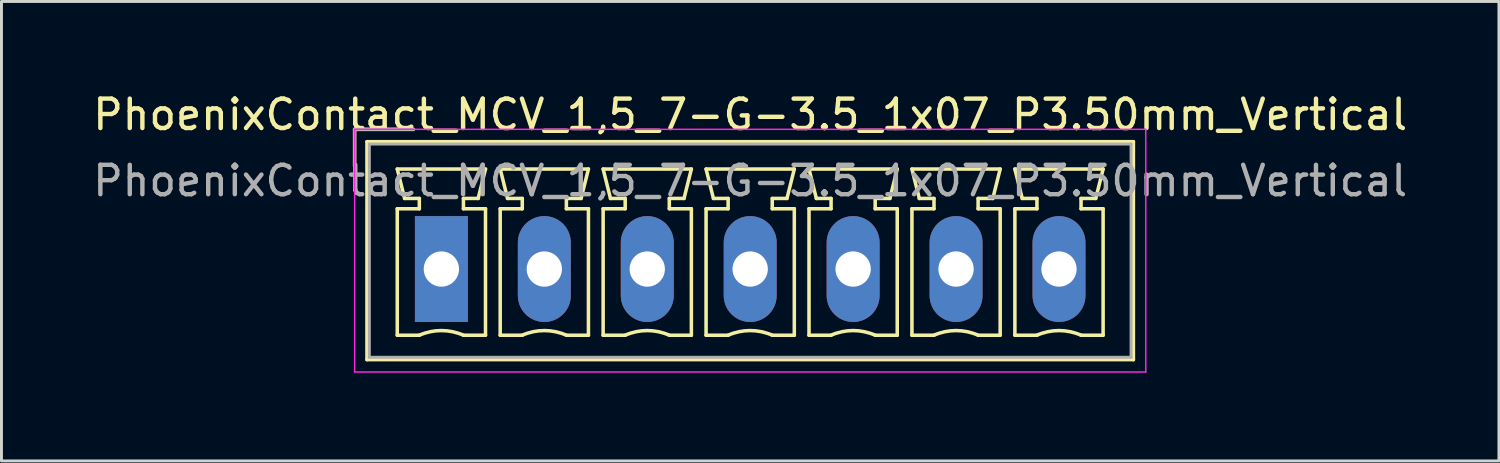
<source format=kicad_pcb>
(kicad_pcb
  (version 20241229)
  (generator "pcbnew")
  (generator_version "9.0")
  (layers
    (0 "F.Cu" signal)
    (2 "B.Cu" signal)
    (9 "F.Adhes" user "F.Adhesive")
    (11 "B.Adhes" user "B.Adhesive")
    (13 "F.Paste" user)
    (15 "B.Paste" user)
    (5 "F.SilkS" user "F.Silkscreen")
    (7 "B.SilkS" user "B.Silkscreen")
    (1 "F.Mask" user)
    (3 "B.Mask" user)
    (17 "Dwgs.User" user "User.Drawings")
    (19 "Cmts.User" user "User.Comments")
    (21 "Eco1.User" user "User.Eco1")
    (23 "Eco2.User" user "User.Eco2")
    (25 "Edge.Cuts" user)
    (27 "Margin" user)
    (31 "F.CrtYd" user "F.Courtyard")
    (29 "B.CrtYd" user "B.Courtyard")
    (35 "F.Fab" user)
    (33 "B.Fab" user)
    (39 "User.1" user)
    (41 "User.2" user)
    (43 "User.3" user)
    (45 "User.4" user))
  (footprint "PhoenixContact_MCV_1,5_7-G-3.5_1x07_P3.50mm_Vertical"
    (layer "F.Cu")
    (at 11.958 6.098)
    (property "Reference" "PhoenixContact_MCV_1,5_7-G-3.5_1x07_P3.50mm_Vertical" (at 10.5 -5.25 0) (layer "F.SilkS") (effects (font (size 1 1) (thickness 0.15))))
    (attr through_hole)
    (fp_line (start -2.95 -4.75) (end -0.95 -4.75) (stroke (width 0.12) (type solid)) (layer "F.SilkS"))
    (fp_line (start -2.95 -3.5) (end -2.95 -4.75) (stroke (width 0.12) (type solid)) (layer "F.SilkS"))
    (fp_line (start -2.53 -4.33) (end -2.53 3.08) (stroke (width 0.12) (type solid)) (layer "F.SilkS"))
    (fp_line (start -2.53 3.08) (end 23.53 3.08) (stroke (width 0.12) (type solid)) (layer "F.SilkS"))
    (fp_line (start -1.5 -3.4) (end 1.5 -3.4) (stroke (width 0.12) (type solid)) (layer "F.SilkS"))
    (fp_line (start -1.5 -2.05) (end -0.75 -2.05) (stroke (width 0.12) (type solid)) (layer "F.SilkS"))
    (fp_line (start -1.5 2.25) (end -1.5 -2.05) (stroke (width 0.12) (type solid)) (layer "F.SilkS"))
    (fp_line (start -1.25 -2.4) (end -1.5 -3.4) (stroke (width 0.12) (type solid)) (layer "F.SilkS"))
    (fp_line (start -0.75 -2.4) (end -1.25 -2.4) (stroke (width 0.12) (type solid)) (layer "F.SilkS"))
    (fp_line (start -0.75 -2.05) (end -0.75 -2.4) (stroke (width 0.12) (type solid)) (layer "F.SilkS"))
    (fp_line (start -0.75 2.25) (end -1.5 2.25) (stroke (width 0.12) (type solid)) (layer "F.SilkS"))
    (fp_line (start 0.75 -2.4) (end 0.75 -2.05) (stroke (width 0.12) (type solid)) (layer "F.SilkS"))
    (fp_line (start 0.75 -2.05) (end 1.5 -2.05) (stroke (width 0.12) (type solid)) (layer "F.SilkS"))
    (fp_line (start 1.25 -2.4) (end 0.75 -2.4) (stroke (width 0.12) (type solid)) (layer "F.SilkS"))
    (fp_line (start 1.5 -3.4) (end 1.25 -2.4) (stroke (width 0.12) (type solid)) (layer "F.SilkS"))
    (fp_line (start 1.5 -2.05) (end 1.5 2.25) (stroke (width 0.12) (type solid)) (layer "F.SilkS"))
    (fp_line (start 1.5 2.25) (end 0.75 2.25) (stroke (width 0.12) (type solid)) (layer "F.SilkS"))
    (fp_line (start 2 -3.4) (end 5 -3.4) (stroke (width 0.12) (type solid)) (layer "F.SilkS"))
    (fp_line (start 2 -2.05) (end 2.75 -2.05) (stroke (width 0.12) (type solid)) (layer "F.SilkS"))
    (fp_line (start 2 2.25) (end 2 -2.05) (stroke (width 0.12) (type solid)) (layer "F.SilkS"))
    (fp_line (start 2.25 -2.4) (end 2 -3.4) (stroke (width 0.12) (type solid)) (layer "F.SilkS"))
    (fp_line (start 2.75 -2.4) (end 2.25 -2.4) (stroke (width 0.12) (type solid)) (layer "F.SilkS"))
    (fp_line (start 2.75 -2.05) (end 2.75 -2.4) (stroke (width 0.12) (type solid)) (layer "F.SilkS"))
    (fp_line (start 2.75 2.25) (end 2 2.25) (stroke (width 0.12) (type solid)) (layer "F.SilkS"))
    (fp_line (start 4.25 -2.4) (end 4.25 -2.05) (stroke (width 0.12) (type solid)) (layer "F.SilkS"))
    (fp_line (start 4.25 -2.05) (end 5 -2.05) (stroke (width 0.12) (type solid)) (layer "F.SilkS"))
    (fp_line (start 4.75 -2.4) (end 4.25 -2.4) (stroke (width 0.12) (type solid)) (layer "F.SilkS"))
    (fp_line (start 5 -3.4) (end 4.75 -2.4) (stroke (width 0.12) (type solid)) (layer "F.SilkS"))
    (fp_line (start 5 -2.05) (end 5 2.25) (stroke (width 0.12) (type solid)) (layer "F.SilkS"))
    (fp_line (start 5 2.25) (end 4.25 2.25) (stroke (width 0.12) (type solid)) (layer "F.SilkS"))
    (fp_line (start 5.5 -3.4) (end 8.5 -3.4) (stroke (width 0.12) (type solid)) (layer "F.SilkS"))
    (fp_line (start 5.5 -2.05) (end 6.25 -2.05) (stroke (width 0.12) (type solid)) (layer "F.SilkS"))
    (fp_line (start 5.5 2.25) (end 5.5 -2.05) (stroke (width 0.12) (type solid)) (layer "F.SilkS"))
    (fp_line (start 5.75 -2.4) (end 5.5 -3.4) (stroke (width 0.12) (type solid)) (layer "F.SilkS"))
    (fp_line (start 6.25 -2.4) (end 5.75 -2.4) (stroke (width 0.12) (type solid)) (layer "F.SilkS"))
    (fp_line (start 6.25 -2.05) (end 6.25 -2.4) (stroke (width 0.12) (type solid)) (layer "F.SilkS"))
    (fp_line (start 6.25 2.25) (end 5.5 2.25) (stroke (width 0.12) (type solid)) (layer "F.SilkS"))
    (fp_line (start 7.75 -2.4) (end 7.75 -2.05) (stroke (width 0.12) (type solid)) (layer "F.SilkS"))
    (fp_line (start 7.75 -2.05) (end 8.5 -2.05) (stroke (width 0.12) (type solid)) (layer "F.SilkS"))
    (fp_line (start 8.25 -2.4) (end 7.75 -2.4) (stroke (width 0.12) (type solid)) (layer "F.SilkS"))
    (fp_line (start 8.5 -3.4) (end 8.25 -2.4) (stroke (width 0.12) (type solid)) (layer "F.SilkS"))
    (fp_line (start 8.5 -2.05) (end 8.5 2.25) (stroke (width 0.12) (type solid)) (layer "F.SilkS"))
    (fp_line (start 8.5 2.25) (end 7.75 2.25) (stroke (width 0.12) (type solid)) (layer "F.SilkS"))
    (fp_line (start 9 -3.4) (end 12 -3.4) (stroke (width 0.12) (type solid)) (layer "F.SilkS"))
    (fp_line (start 9 -2.05) (end 9.75 -2.05) (stroke (width 0.12) (type solid)) (layer "F.SilkS"))
    (fp_line (start 9 2.25) (end 9 -2.05) (stroke (width 0.12) (type solid)) (layer "F.SilkS"))
    (fp_line (start 9.25 -2.4) (end 9 -3.4) (stroke (width 0.12) (type solid)) (layer "F.SilkS"))
    (fp_line (start 9.75 -2.4) (end 9.25 -2.4) (stroke (width 0.12) (type solid)) (layer "F.SilkS"))
    (fp_line (start 9.75 -2.05) (end 9.75 -2.4) (stroke (width 0.12) (type solid)) (layer "F.SilkS"))
    (fp_line (start 9.75 2.25) (end 9 2.25) (stroke (width 0.12) (type solid)) (layer "F.SilkS"))
    (fp_line (start 11.25 -2.4) (end 11.25 -2.05) (stroke (width 0.12) (type solid)) (layer "F.SilkS"))
    (fp_line (start 11.25 -2.05) (end 12 -2.05) (stroke (width 0.12) (type solid)) (layer "F.SilkS"))
    (fp_line (start 11.75 -2.4) (end 11.25 -2.4) (stroke (width 0.12) (type solid)) (layer "F.SilkS"))
    (fp_line (start 12 -3.4) (end 11.75 -2.4) (stroke (width 0.12) (type solid)) (layer "F.SilkS"))
    (fp_line (start 12 -2.05) (end 12 2.25) (stroke (width 0.12) (type solid)) (layer "F.SilkS"))
    (fp_line (start 12 2.25) (end 11.25 2.25) (stroke (width 0.12) (type solid)) (layer "F.SilkS"))
    (fp_line (start 12.5 -3.4) (end 15.5 -3.4) (stroke (width 0.12) (type solid)) (layer "F.SilkS"))
    (fp_line (start 12.5 -2.05) (end 13.25 -2.05) (stroke (width 0.12) (type solid)) (layer "F.SilkS"))
    (fp_line (start 12.5 2.25) (end 12.5 -2.05) (stroke (width 0.12) (type solid)) (layer "F.SilkS"))
    (fp_line (start 12.75 -2.4) (end 12.5 -3.4) (stroke (width 0.12) (type solid)) (layer "F.SilkS"))
    (fp_line (start 13.25 -2.4) (end 12.75 -2.4) (stroke (width 0.12) (type solid)) (layer "F.SilkS"))
    (fp_line (start 13.25 -2.05) (end 13.25 -2.4) (stroke (width 0.12) (type solid)) (layer "F.SilkS"))
    (fp_line (start 13.25 2.25) (end 12.5 2.25) (stroke (width 0.12) (type solid)) (layer "F.SilkS"))
    (fp_line (start 14.75 -2.4) (end 14.75 -2.05) (stroke (width 0.12) (type solid)) (layer "F.SilkS"))
    (fp_line (start 14.75 -2.05) (end 15.5 -2.05) (stroke (width 0.12) (type solid)) (layer "F.SilkS"))
    (fp_line (start 15.25 -2.4) (end 14.75 -2.4) (stroke (width 0.12) (type solid)) (layer "F.SilkS"))
    (fp_line (start 15.5 -3.4) (end 15.25 -2.4) (stroke (width 0.12) (type solid)) (layer "F.SilkS"))
    (fp_line (start 15.5 -2.05) (end 15.5 2.25) (stroke (width 0.12) (type solid)) (layer "F.SilkS"))
    (fp_line (start 15.5 2.25) (end 14.75 2.25) (stroke (width 0.12) (type solid)) (layer "F.SilkS"))
    (fp_line (start 16 -3.4) (end 19 -3.4) (stroke (width 0.12) (type solid)) (layer "F.SilkS"))
    (fp_line (start 16 -2.05) (end 16.75 -2.05) (stroke (width 0.12) (type solid)) (layer "F.SilkS"))
    (fp_line (start 16 2.25) (end 16 -2.05) (stroke (width 0.12) (type solid)) (layer "F.SilkS"))
    (fp_line (start 16.25 -2.4) (end 16 -3.4) (stroke (width 0.12) (type solid)) (layer "F.SilkS"))
    (fp_line (start 16.75 -2.4) (end 16.25 -2.4) (stroke (width 0.12) (type solid)) (layer "F.SilkS"))
    (fp_line (start 16.75 -2.05) (end 16.75 -2.4) (stroke (width 0.12) (type solid)) (layer "F.SilkS"))
    (fp_line (start 16.75 2.25) (end 16 2.25) (stroke (width 0.12) (type solid)) (layer "F.SilkS"))
    (fp_line (start 18.25 -2.4) (end 18.25 -2.05) (stroke (width 0.12) (type solid)) (layer "F.SilkS"))
    (fp_line (start 18.25 -2.05) (end 19 -2.05) (stroke (width 0.12) (type solid)) (layer "F.SilkS"))
    (fp_line (start 18.75 -2.4) (end 18.25 -2.4) (stroke (width 0.12) (type solid)) (layer "F.SilkS"))
    (fp_line (start 19 -3.4) (end 18.75 -2.4) (stroke (width 0.12) (type solid)) (layer "F.SilkS"))
    (fp_line (start 19 -2.05) (end 19 2.25) (stroke (width 0.12) (type solid)) (layer "F.SilkS"))
    (fp_line (start 19 2.25) (end 18.25 2.25) (stroke (width 0.12) (type solid)) (layer "F.SilkS"))
    (fp_line (start 19.5 -3.4) (end 22.5 -3.4) (stroke (width 0.12) (type solid)) (layer "F.SilkS"))
    (fp_line (start 19.5 -2.05) (end 20.25 -2.05) (stroke (width 0.12) (type solid)) (layer "F.SilkS"))
    (fp_line (start 19.5 2.25) (end 19.5 -2.05) (stroke (width 0.12) (type solid)) (layer "F.SilkS"))
    (fp_line (start 19.75 -2.4) (end 19.5 -3.4) (stroke (width 0.12) (type solid)) (layer "F.SilkS"))
    (fp_line (start 20.25 -2.4) (end 19.75 -2.4) (stroke (width 0.12) (type solid)) (layer "F.SilkS"))
    (fp_line (start 20.25 -2.05) (end 20.25 -2.4) (stroke (width 0.12) (type solid)) (layer "F.SilkS"))
    (fp_line (start 20.25 2.25) (end 19.5 2.25) (stroke (width 0.12) (type solid)) (layer "F.SilkS"))
    (fp_line (start 21.75 -2.4) (end 21.75 -2.05) (stroke (width 0.12) (type solid)) (layer "F.SilkS"))
    (fp_line (start 21.75 -2.05) (end 22.5 -2.05) (stroke (width 0.12) (type solid)) (layer "F.SilkS"))
    (fp_line (start 22.25 -2.4) (end 21.75 -2.4) (stroke (width 0.12) (type solid)) (layer "F.SilkS"))
    (fp_line (start 22.5 -3.4) (end 22.25 -2.4) (stroke (width 0.12) (type solid)) (layer "F.SilkS"))
    (fp_line (start 22.5 -2.05) (end 22.5 2.25) (stroke (width 0.12) (type solid)) (layer "F.SilkS"))
    (fp_line (start 22.5 2.25) (end 21.75 2.25) (stroke (width 0.12) (type solid)) (layer "F.SilkS"))
    (fp_line (start 23.53 -4.33) (end -2.53 -4.33) (stroke (width 0.12) (type solid)) (layer "F.SilkS"))
    (fp_line (start 23.53 3.08) (end 23.53 -4.33) (stroke (width 0.12) (type solid)) (layer "F.SilkS"))
    (fp_arc (start -0.75 2.25) (mid -0.000193 2.09191) (end 0.749647 2.249844) (stroke (width 0.12) (type solid)) (layer "F.SilkS"))
    (fp_arc (start 2.75 2.25) (mid 3.499807 2.09191) (end 4.249647 2.249844) (stroke (width 0.12) (type solid)) (layer "F.SilkS"))
    (fp_arc (start 6.25 2.25) (mid 6.999807 2.09191) (end 7.749647 2.249844) (stroke (width 0.12) (type solid)) (layer "F.SilkS"))
    (fp_arc (start 9.75 2.25) (mid 10.499807 2.09191) (end 11.249647 2.249844) (stroke (width 0.12) (type solid)) (layer "F.SilkS"))
    (fp_arc (start 13.25 2.25) (mid 13.999807 2.09191) (end 14.749647 2.249844) (stroke (width 0.12) (type solid)) (layer "F.SilkS"))
    (fp_arc (start 16.75 2.25) (mid 17.499807 2.09191) (end 18.249647 2.249844) (stroke (width 0.12) (type solid)) (layer "F.SilkS"))
    (fp_arc (start 20.25 2.25) (mid 20.999807 2.09191) (end 21.749647 2.249844) (stroke (width 0.12) (type solid)) (layer "F.SilkS"))
    (fp_line (start -2.95 -4.75) (end -2.95 3.5) (stroke (width 0.05) (type solid)) (layer "F.CrtYd"))
    (fp_line (start -2.95 3.5) (end 23.95 3.5) (stroke (width 0.05) (type solid)) (layer "F.CrtYd"))
    (fp_line (start 23.95 -4.75) (end -2.95 -4.75) (stroke (width 0.05) (type solid)) (layer "F.CrtYd"))
    (fp_line (start 23.95 3.5) (end 23.95 -4.75) (stroke (width 0.05) (type solid)) (layer "F.CrtYd"))
    (fp_line (start -2.95 -4.75) (end -0.95 -4.75) (stroke (width 0.1) (type solid)) (layer "F.Fab"))
    (fp_line (start -2.95 -3.5) (end -2.95 -4.75) (stroke (width 0.1) (type solid)) (layer "F.Fab"))
    (fp_line (start -2.45 -4.25) (end -2.45 3) (stroke (width 0.1) (type solid)) (layer "F.Fab"))
    (fp_line (start -2.45 3) (end 23.45 3) (stroke (width 0.1) (type solid)) (layer "F.Fab"))
    (fp_line (start 23.45 -4.25) (end -2.45 -4.25) (stroke (width 0.1) (type solid)) (layer "F.Fab"))
    (fp_line (start 23.45 3) (end 23.45 -4.25) (stroke (width 0.1) (type solid)) (layer "F.Fab"))
    (fp_text user "${REFERENCE}" (at 10.5 -3 0) (layer "F.Fab") (effects (font (size 1 1) (thickness 0.15))))
    (pad "1" thru_hole rect (at 0 0) (size 1.8 3.6) (drill 1.2) (layers "*.Cu" "*.Mask"))
    (pad "2" thru_hole oval (at 3.5 0) (size 1.8 3.6) (drill 1.2) (layers "*.Cu" "*.Mask"))
    (pad "3" thru_hole oval (at 7 0) (size 1.8 3.6) (drill 1.2) (layers "*.Cu" "*.Mask"))
    (pad "4" thru_hole oval (at 10.5 0) (size 1.8 3.6) (drill 1.2) (layers "*.Cu" "*.Mask"))
    (pad "5" thru_hole oval (at 14 0) (size 1.8 3.6) (drill 1.2) (layers "*.Cu" "*.Mask"))
    (pad "6" thru_hole oval (at 17.5 0) (size 1.8 3.6) (drill 1.2) (layers "*.Cu" "*.Mask"))
    (pad "7" thru_hole oval (at 21 0) (size 1.8 3.6) (drill 1.2) (layers "*.Cu" "*.Mask")))
  (gr_rect
    (start -3 -3)
    (end 47.917 12.623)
    (stroke (width 0.1) (type default))
    (fill no)
    (layer "Edge.Cuts")))
</source>
